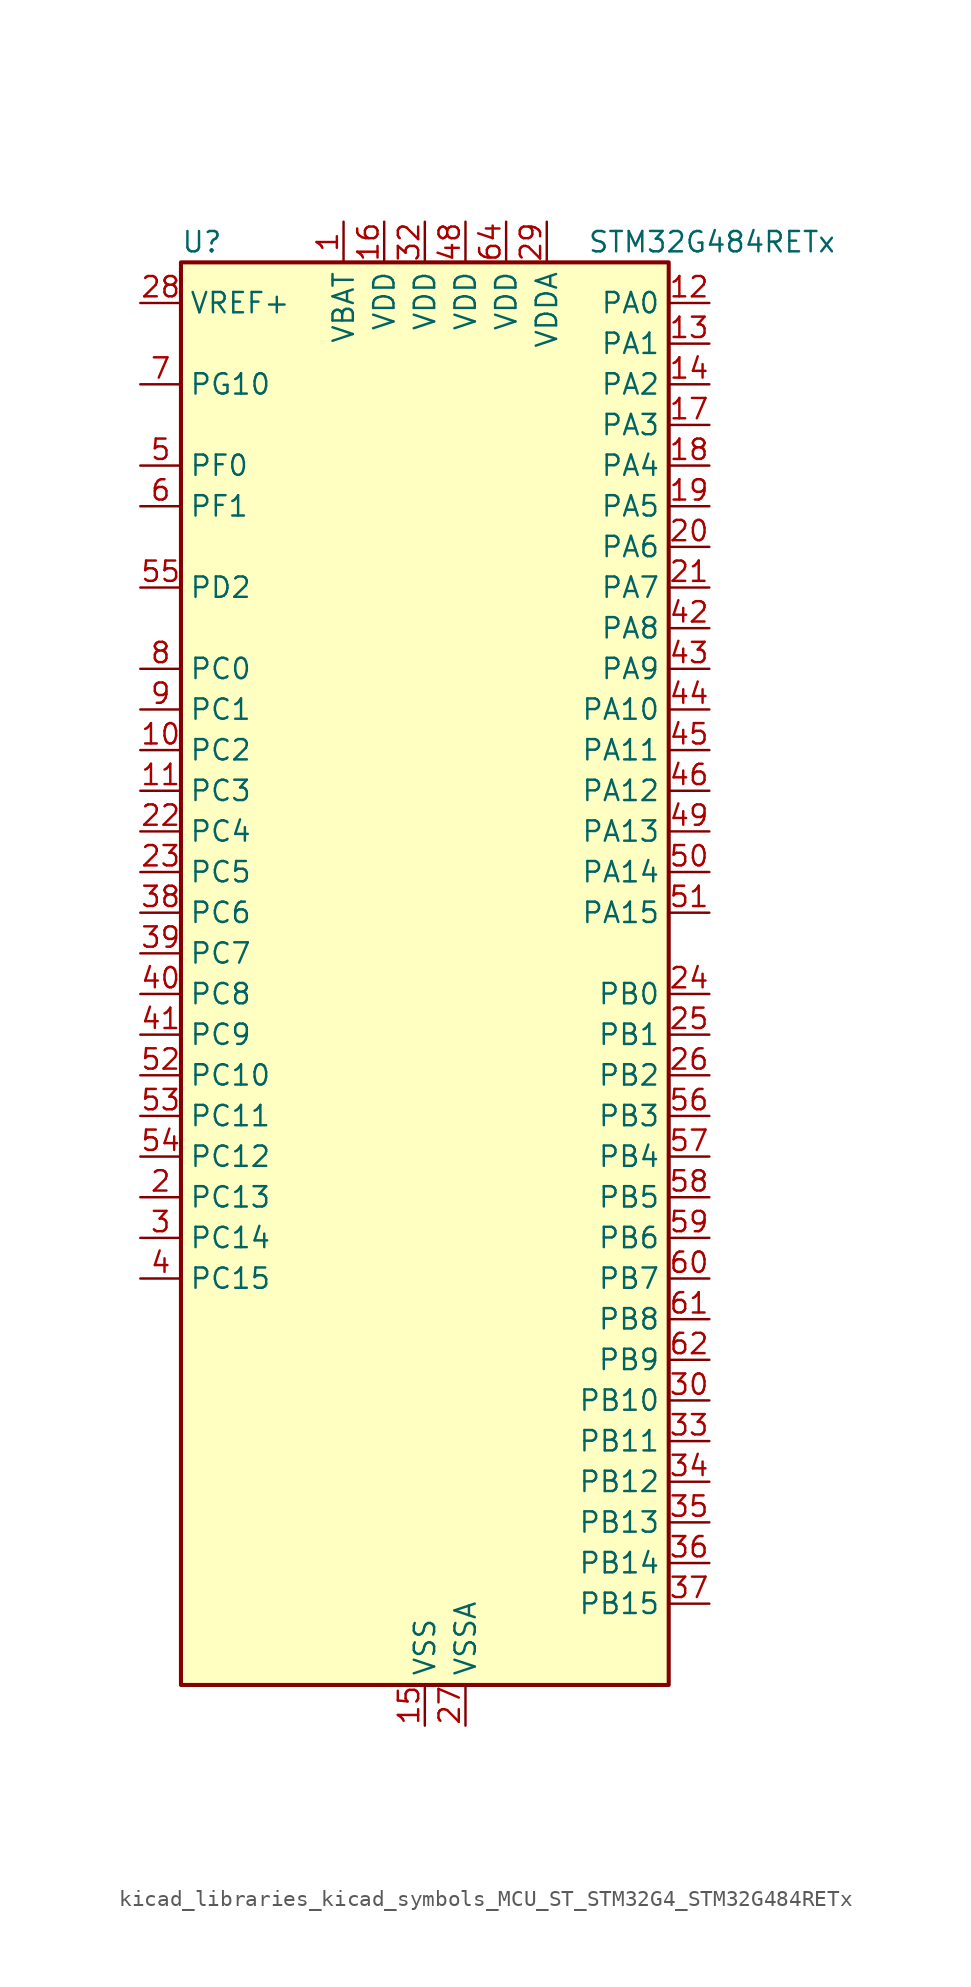
<source format=kicad_sym>
(kicad_symbol_lib
  (version 20220914)
  (generator kicad_symbol_editor)
  (symbol "kicad_libraries_kicad_symbols_MCU_ST_STM32G4_STM32G484RETx"
    (property "Reference" "U"
      (at -15.24 46.99 0)
      (effects (font (size 1.27 1.27)) (justify left)))
    (property "Value" "STM32G484RETx"
      (at 10.16 46.99 0)
      (effects (font (size 1.27 1.27)) (justify left)))
    (property "ki_locked" ""
      (at 0 0 0)
      (effects (font (size 1.27 1.27))))
    (symbol "kicad_libraries_kicad_symbols_MCU_ST_STM32G4_STM32G484RETx_0_1"
      (rectangle (start -15.24 -43.18) (end 15.24 45.72) (stroke (width 0.254) (type default)) (fill (type background))))
    (symbol "kicad_libraries_kicad_symbols_MCU_ST_STM32G4_STM32G484RETx_1_1"
      (pin power_in line (at -5.08 48.26 270) (length 2.54) (name "VBAT" (effects (font (size 1.27 1.27)))) (number "1" (effects (font (size 1.27 1.27)))))
      (pin bidirectional line (at -17.78 15.24 0) (length 2.54) (name "PC2" (effects (font (size 1.27 1.27)))) (number "10" (effects (font (size 1.27 1.27)))) (alternate "ADC1_IN8" bidirectional line) (alternate "ADC2_IN8" bidirectional line) (alternate "ADC3_EXTI2" bidirectional line) (alternate "ADC4_EXTI2" bidirectional line) (alternate "ADC5_EXTI2" bidirectional line) (alternate "COMP3_OUT" bidirectional line) (alternate "LPTIM1_IN2" bidirectional line) (alternate "QUADSPI1_BK2_IO1" bidirectional line) (alternate "TIM1_CH3" bidirectional line) (alternate "TIM20_CH2" bidirectional line))
      (pin bidirectional line (at -17.78 12.7 0) (length 2.54) (name "PC3" (effects (font (size 1.27 1.27)))) (number "11" (effects (font (size 1.27 1.27)))) (alternate "ADC1_IN9" bidirectional line) (alternate "ADC2_IN9" bidirectional line) (alternate "ADC3_EXTI3" bidirectional line) (alternate "ADC4_EXTI3" bidirectional line) (alternate "ADC5_EXTI3" bidirectional line) (alternate "LPTIM1_ETR" bidirectional line) (alternate "OPAMP5_VINP" bidirectional line) (alternate "OPAMP5_VINP_SEC" bidirectional line) (alternate "QUADSPI1_BK2_IO2" bidirectional line) (alternate "SAI1_D1" bidirectional line) (alternate "SAI1_SD_A" bidirectional line) (alternate "TIM1_BKIN2" bidirectional line) (alternate "TIM1_CH4" bidirectional line))
      (pin bidirectional line (at 17.78 43.18 180) (length 2.54) (name "PA0" (effects (font (size 1.27 1.27)))) (number "12" (effects (font (size 1.27 1.27)))) (alternate "ADC1_IN1" bidirectional line) (alternate "ADC2_IN1" bidirectional line) (alternate "COMP1_INM" bidirectional line) (alternate "COMP1_OUT" bidirectional line) (alternate "COMP3_INP" bidirectional line) (alternate "RTC_TAMP2" bidirectional line) (alternate "SYS_WKUP1" bidirectional line) (alternate "TIM2_CH1" bidirectional line) (alternate "TIM2_ETR" bidirectional line) (alternate "TIM5_CH1" bidirectional line) (alternate "TIM8_BKIN" bidirectional line) (alternate "TIM8_ETR" bidirectional line) (alternate "USART2_CTS" bidirectional line) (alternate "USART2_NSS" bidirectional line))
      (pin bidirectional line (at 17.78 40.64 180) (length 2.54) (name "PA1" (effects (font (size 1.27 1.27)))) (number "13" (effects (font (size 1.27 1.27)))) (alternate "ADC1_IN2" bidirectional line) (alternate "ADC2_IN2" bidirectional line) (alternate "COMP1_INP" bidirectional line) (alternate "OPAMP1_VINP" bidirectional line) (alternate "OPAMP1_VINP_SEC" bidirectional line) (alternate "OPAMP3_VINP" bidirectional line) (alternate "OPAMP3_VINP_SEC" bidirectional line) (alternate "OPAMP6_VINM" bidirectional line) (alternate "OPAMP6_VINM0" bidirectional line) (alternate "OPAMP6_VINM_SEC" bidirectional line) (alternate "RTC_REFIN" bidirectional line) (alternate "TIM15_CH1N" bidirectional line) (alternate "TIM2_CH2" bidirectional line) (alternate "TIM5_CH2" bidirectional line) (alternate "USART2_DE" bidirectional line) (alternate "USART2_RTS" bidirectional line))
      (pin bidirectional line (at 17.78 38.1 180) (length 2.54) (name "PA2" (effects (font (size 1.27 1.27)))) (number "14" (effects (font (size 1.27 1.27)))) (alternate "ADC1_IN3" bidirectional line) (alternate "ADC3_EXTI2" bidirectional line) (alternate "ADC4_EXTI2" bidirectional line) (alternate "ADC5_EXTI2" bidirectional line) (alternate "COMP2_INM" bidirectional line) (alternate "COMP2_OUT" bidirectional line) (alternate "LPUART1_TX" bidirectional line) (alternate "OPAMP1_VOUT" bidirectional line) (alternate "QUADSPI1_BK1_NCS" bidirectional line) (alternate "RCC_LSCO" bidirectional line) (alternate "SYS_WKUP4" bidirectional line) (alternate "TIM15_CH1" bidirectional line) (alternate "TIM2_CH3" bidirectional line) (alternate "TIM5_CH3" bidirectional line) (alternate "UCPD1_FRSTX1" bidirectional line) (alternate "UCPD1_FRSTX2" bidirectional line) (alternate "USART2_TX" bidirectional line))
      (pin power_in line (at 0 -45.72 90) (length 2.54) (name "VSS" (effects (font (size 1.27 1.27)))) (number "15" (effects (font (size 1.27 1.27)))))
      (pin power_in line (at -2.54 48.26 270) (length 2.54) (name "VDD" (effects (font (size 1.27 1.27)))) (number "16" (effects (font (size 1.27 1.27)))))
      (pin bidirectional line (at 17.78 35.56 180) (length 2.54) (name "PA3" (effects (font (size 1.27 1.27)))) (number "17" (effects (font (size 1.27 1.27)))) (alternate "ADC1_IN4" bidirectional line) (alternate "ADC3_EXTI3" bidirectional line) (alternate "ADC4_EXTI3" bidirectional line) (alternate "ADC5_EXTI3" bidirectional line) (alternate "COMP2_INP" bidirectional line) (alternate "LPUART1_RX" bidirectional line) (alternate "OPAMP1_VINM" bidirectional line) (alternate "OPAMP1_VINM0" bidirectional line) (alternate "OPAMP1_VINM_SEC" bidirectional line) (alternate "OPAMP1_VINP" bidirectional line) (alternate "OPAMP1_VINP_SEC" bidirectional line) (alternate "OPAMP5_VINM" bidirectional line) (alternate "OPAMP5_VINM1" bidirectional line) (alternate "OPAMP5_VINM_SEC" bidirectional line) (alternate "QUADSPI1_CLK" bidirectional line) (alternate "SAI1_CK1" bidirectional line) (alternate "SAI1_MCLK_A" bidirectional line) (alternate "TIM15_CH2" bidirectional line) (alternate "TIM2_CH4" bidirectional line) (alternate "TIM5_CH4" bidirectional line) (alternate "USART2_RX" bidirectional line))
      (pin bidirectional line (at 17.78 33.02 180) (length 2.54) (name "PA4" (effects (font (size 1.27 1.27)))) (number "18" (effects (font (size 1.27 1.27)))) (alternate "ADC2_IN17" bidirectional line) (alternate "COMP1_INM" bidirectional line) (alternate "DAC1_OUT1" bidirectional line) (alternate "I2S3_WS" bidirectional line) (alternate "SAI1_FS_B" bidirectional line) (alternate "SPI1_NSS" bidirectional line) (alternate "SPI3_NSS" bidirectional line) (alternate "TIM3_CH2" bidirectional line) (alternate "USART2_CK" bidirectional line))
      (pin bidirectional line (at 17.78 30.48 180) (length 2.54) (name "PA5" (effects (font (size 1.27 1.27)))) (number "19" (effects (font (size 1.27 1.27)))) (alternate "ADC2_IN13" bidirectional line) (alternate "COMP2_INM" bidirectional line) (alternate "DAC1_OUT2" bidirectional line) (alternate "OPAMP2_VINM" bidirectional line) (alternate "OPAMP2_VINM0" bidirectional line) (alternate "OPAMP2_VINM_SEC" bidirectional line) (alternate "SPI1_SCK" bidirectional line) (alternate "TIM2_CH1" bidirectional line) (alternate "TIM2_ETR" bidirectional line) (alternate "UCPD1_FRSTX1" bidirectional line) (alternate "UCPD1_FRSTX2" bidirectional line))
      (pin bidirectional line (at -17.78 -12.7 0) (length 2.54) (name "PC13" (effects (font (size 1.27 1.27)))) (number "2" (effects (font (size 1.27 1.27)))) (alternate "RTC_OUT1" bidirectional line) (alternate "RTC_TAMP1" bidirectional line) (alternate "RTC_TS" bidirectional line) (alternate "SYS_WKUP2" bidirectional line) (alternate "TIM1_BKIN" bidirectional line) (alternate "TIM1_CH1N" bidirectional line) (alternate "TIM8_CH4N" bidirectional line))
      (pin bidirectional line (at 17.78 27.94 180) (length 2.54) (name "PA6" (effects (font (size 1.27 1.27)))) (number "20" (effects (font (size 1.27 1.27)))) (alternate "ADC2_IN3" bidirectional line) (alternate "COMP1_OUT" bidirectional line) (alternate "DAC2_OUT1" bidirectional line) (alternate "LPUART1_CTS" bidirectional line) (alternate "OPAMP2_VOUT" bidirectional line) (alternate "QUADSPI1_BK1_IO3" bidirectional line) (alternate "SPI1_MISO" bidirectional line) (alternate "TIM16_CH1" bidirectional line) (alternate "TIM1_BKIN" bidirectional line) (alternate "TIM3_CH1" bidirectional line) (alternate "TIM8_BKIN" bidirectional line))
      (pin bidirectional line (at 17.78 25.4 180) (length 2.54) (name "PA7" (effects (font (size 1.27 1.27)))) (number "21" (effects (font (size 1.27 1.27)))) (alternate "ADC2_IN4" bidirectional line) (alternate "COMP2_INP" bidirectional line) (alternate "COMP2_OUT" bidirectional line) (alternate "OPAMP1_VINP" bidirectional line) (alternate "OPAMP1_VINP_SEC" bidirectional line) (alternate "OPAMP2_VINP" bidirectional line) (alternate "OPAMP2_VINP_SEC" bidirectional line) (alternate "QUADSPI1_BK1_IO2" bidirectional line) (alternate "SPI1_MOSI" bidirectional line) (alternate "TIM17_CH1" bidirectional line) (alternate "TIM1_CH1N" bidirectional line) (alternate "TIM3_CH2" bidirectional line) (alternate "TIM8_CH1N" bidirectional line) (alternate "UCPD1_FRSTX1" bidirectional line) (alternate "UCPD1_FRSTX2" bidirectional line))
      (pin bidirectional line (at -17.78 10.16 0) (length 2.54) (name "PC4" (effects (font (size 1.27 1.27)))) (number "22" (effects (font (size 1.27 1.27)))) (alternate "ADC2_IN5" bidirectional line) (alternate "I2C2_SCL" bidirectional line) (alternate "QUADSPI1_BK2_IO3" bidirectional line) (alternate "TIM1_ETR" bidirectional line) (alternate "USART1_TX" bidirectional line))
      (pin bidirectional line (at -17.78 7.62 0) (length 2.54) (name "PC5" (effects (font (size 1.27 1.27)))) (number "23" (effects (font (size 1.27 1.27)))) (alternate "ADC2_IN11" bidirectional line) (alternate "HRTIM1_EEV10" bidirectional line) (alternate "OPAMP1_VINM" bidirectional line) (alternate "OPAMP1_VINM1" bidirectional line) (alternate "OPAMP1_VINM_SEC" bidirectional line) (alternate "OPAMP2_VINM" bidirectional line) (alternate "OPAMP2_VINM1" bidirectional line) (alternate "OPAMP2_VINM_SEC" bidirectional line) (alternate "SAI1_D3" bidirectional line) (alternate "SYS_WKUP5" bidirectional line) (alternate "TIM15_BKIN" bidirectional line) (alternate "TIM1_CH4N" bidirectional line) (alternate "USART1_RX" bidirectional line))
      (pin bidirectional line (at 17.78 0 180) (length 2.54) (name "PB0" (effects (font (size 1.27 1.27)))) (number "24" (effects (font (size 1.27 1.27)))) (alternate "ADC1_IN15" bidirectional line) (alternate "ADC3_IN12" bidirectional line) (alternate "COMP4_INP" bidirectional line) (alternate "HRTIM1_FLT5" bidirectional line) (alternate "OPAMP2_VINP" bidirectional line) (alternate "OPAMP2_VINP_SEC" bidirectional line) (alternate "OPAMP3_VINP" bidirectional line) (alternate "OPAMP3_VINP_SEC" bidirectional line) (alternate "QUADSPI1_BK1_IO1" bidirectional line) (alternate "TIM1_CH2N" bidirectional line) (alternate "TIM3_CH3" bidirectional line) (alternate "TIM8_CH2N" bidirectional line) (alternate "UCPD1_FRSTX1" bidirectional line) (alternate "UCPD1_FRSTX2" bidirectional line))
      (pin bidirectional line (at 17.78 -2.54 180) (length 2.54) (name "PB1" (effects (font (size 1.27 1.27)))) (number "25" (effects (font (size 1.27 1.27)))) (alternate "ADC1_IN12" bidirectional line) (alternate "ADC3_IN1" bidirectional line) (alternate "COMP1_INP" bidirectional line) (alternate "COMP4_OUT" bidirectional line) (alternate "HRTIM1_SCOUT" bidirectional line) (alternate "LPUART1_DE" bidirectional line) (alternate "LPUART1_RTS" bidirectional line) (alternate "OPAMP3_VOUT" bidirectional line) (alternate "OPAMP6_VINM" bidirectional line) (alternate "OPAMP6_VINM1" bidirectional line) (alternate "OPAMP6_VINM_SEC" bidirectional line) (alternate "QUADSPI1_BK1_IO0" bidirectional line) (alternate "TIM1_CH3N" bidirectional line) (alternate "TIM3_CH4" bidirectional line) (alternate "TIM8_CH3N" bidirectional line))
      (pin bidirectional line (at 17.78 -5.08 180) (length 2.54) (name "PB2" (effects (font (size 1.27 1.27)))) (number "26" (effects (font (size 1.27 1.27)))) (alternate "ADC2_IN12" bidirectional line) (alternate "ADC3_EXTI2" bidirectional line) (alternate "ADC4_EXTI2" bidirectional line) (alternate "ADC5_EXTI2" bidirectional line) (alternate "COMP4_INM" bidirectional line) (alternate "HRTIM1_SCIN" bidirectional line) (alternate "I2C3_SMBA" bidirectional line) (alternate "LPTIM1_OUT" bidirectional line) (alternate "OPAMP3_VINM" bidirectional line) (alternate "OPAMP3_VINM0" bidirectional line) (alternate "OPAMP3_VINM_SEC" bidirectional line) (alternate "QUADSPI1_BK2_IO1" bidirectional line) (alternate "RTC_OUT2" bidirectional line) (alternate "TIM20_CH1" bidirectional line) (alternate "TIM5_CH1" bidirectional line))
      (pin power_in line (at 2.54 -45.72 90) (length 2.54) (name "VSSA" (effects (font (size 1.27 1.27)))) (number "27" (effects (font (size 1.27 1.27)))))
      (pin input line (at -17.78 43.18 0) (length 2.54) (name "VREF+" (effects (font (size 1.27 1.27)))) (number "28" (effects (font (size 1.27 1.27)))) (alternate "VREFBUF_OUT" bidirectional line))
      (pin power_in line (at 7.62 48.26 270) (length 2.54) (name "VDDA" (effects (font (size 1.27 1.27)))) (number "29" (effects (font (size 1.27 1.27)))))
      (pin bidirectional line (at -17.78 -15.24 0) (length 2.54) (name "PC14" (effects (font (size 1.27 1.27)))) (number "3" (effects (font (size 1.27 1.27)))) (alternate "RCC_OSC32_IN" bidirectional line))
      (pin bidirectional line (at 17.78 -25.4 180) (length 2.54) (name "PB10" (effects (font (size 1.27 1.27)))) (number "30" (effects (font (size 1.27 1.27)))) (alternate "COMP5_INM" bidirectional line) (alternate "DAC1_EXTI10" bidirectional line) (alternate "DAC2_EXTI10" bidirectional line) (alternate "DAC3_EXTI10" bidirectional line) (alternate "DAC4_EXTI10" bidirectional line) (alternate "HRTIM1_FLT3" bidirectional line) (alternate "LPUART1_RX" bidirectional line) (alternate "OPAMP3_VINM" bidirectional line) (alternate "OPAMP3_VINM1" bidirectional line) (alternate "OPAMP3_VINM_SEC" bidirectional line) (alternate "OPAMP4_VINM" bidirectional line) (alternate "OPAMP4_VINM0" bidirectional line) (alternate "OPAMP4_VINM_SEC" bidirectional line) (alternate "QUADSPI1_CLK" bidirectional line) (alternate "SAI1_SCK_A" bidirectional line) (alternate "TIM1_BKIN" bidirectional line) (alternate "TIM2_CH3" bidirectional line) (alternate "USART3_TX" bidirectional line))
      (pin passive line (at 0 -45.72 90) (length 2.54) hide (name "VSS" (effects (font (size 1.27 1.27)))) (number "31" (effects (font (size 1.27 1.27)))))
      (pin power_in line (at 0 48.26 270) (length 2.54) (name "VDD" (effects (font (size 1.27 1.27)))) (number "32" (effects (font (size 1.27 1.27)))))
      (pin bidirectional line (at 17.78 -27.94 180) (length 2.54) (name "PB11" (effects (font (size 1.27 1.27)))) (number "33" (effects (font (size 1.27 1.27)))) (alternate "ADC1_EXTI11" bidirectional line) (alternate "ADC1_IN14" bidirectional line) (alternate "ADC2_EXTI11" bidirectional line) (alternate "ADC2_IN14" bidirectional line) (alternate "COMP6_INP" bidirectional line) (alternate "HRTIM1_FLT4" bidirectional line) (alternate "LPUART1_TX" bidirectional line) (alternate "OPAMP4_VINP" bidirectional line) (alternate "OPAMP4_VINP_SEC" bidirectional line) (alternate "OPAMP6_VOUT" bidirectional line) (alternate "QUADSPI1_BK1_NCS" bidirectional line) (alternate "TIM2_CH4" bidirectional line) (alternate "USART3_RX" bidirectional line))
      (pin bidirectional line (at 17.78 -30.48 180) (length 2.54) (name "PB12" (effects (font (size 1.27 1.27)))) (number "34" (effects (font (size 1.27 1.27)))) (alternate "ADC1_IN11" bidirectional line) (alternate "ADC4_IN3" bidirectional line) (alternate "COMP7_INM" bidirectional line) (alternate "FDCAN2_RX" bidirectional line) (alternate "HRTIM1_CHC1" bidirectional line) (alternate "I2C2_SMBA" bidirectional line) (alternate "I2S2_WS" bidirectional line) (alternate "LPUART1_DE" bidirectional line) (alternate "LPUART1_RTS" bidirectional line) (alternate "OPAMP4_VOUT" bidirectional line) (alternate "OPAMP6_VINP" bidirectional line) (alternate "OPAMP6_VINP_SEC" bidirectional line) (alternate "SPI2_NSS" bidirectional line) (alternate "TIM1_BKIN" bidirectional line) (alternate "TIM5_ETR" bidirectional line) (alternate "USART3_CK" bidirectional line))
      (pin bidirectional line (at 17.78 -33.02 180) (length 2.54) (name "PB13" (effects (font (size 1.27 1.27)))) (number "35" (effects (font (size 1.27 1.27)))) (alternate "ADC3_IN5" bidirectional line) (alternate "COMP5_INP" bidirectional line) (alternate "FDCAN2_TX" bidirectional line) (alternate "HRTIM1_CHC2" bidirectional line) (alternate "I2S2_CK" bidirectional line) (alternate "LPUART1_CTS" bidirectional line) (alternate "OPAMP3_VINP" bidirectional line) (alternate "OPAMP3_VINP_SEC" bidirectional line) (alternate "OPAMP4_VINP" bidirectional line) (alternate "OPAMP4_VINP_SEC" bidirectional line) (alternate "OPAMP6_VINP" bidirectional line) (alternate "OPAMP6_VINP_SEC" bidirectional line) (alternate "SPI2_SCK" bidirectional line) (alternate "TIM1_CH1N" bidirectional line) (alternate "USART3_CTS" bidirectional line) (alternate "USART3_NSS" bidirectional line))
      (pin bidirectional line (at 17.78 -35.56 180) (length 2.54) (name "PB14" (effects (font (size 1.27 1.27)))) (number "36" (effects (font (size 1.27 1.27)))) (alternate "ADC1_IN5" bidirectional line) (alternate "ADC4_IN4" bidirectional line) (alternate "COMP4_OUT" bidirectional line) (alternate "COMP7_INP" bidirectional line) (alternate "HRTIM1_CHD1" bidirectional line) (alternate "OPAMP2_VINP" bidirectional line) (alternate "OPAMP2_VINP_SEC" bidirectional line) (alternate "OPAMP5_VINP" bidirectional line) (alternate "OPAMP5_VINP_SEC" bidirectional line) (alternate "SPI2_MISO" bidirectional line) (alternate "TIM15_CH1" bidirectional line) (alternate "TIM1_CH2N" bidirectional line) (alternate "USART3_DE" bidirectional line) (alternate "USART3_RTS" bidirectional line))
      (pin bidirectional line (at 17.78 -38.1 180) (length 2.54) (name "PB15" (effects (font (size 1.27 1.27)))) (number "37" (effects (font (size 1.27 1.27)))) (alternate "ADC1_EXTI15" bidirectional line) (alternate "ADC2_EXTI15" bidirectional line) (alternate "ADC2_IN15" bidirectional line) (alternate "ADC4_IN5" bidirectional line) (alternate "COMP3_OUT" bidirectional line) (alternate "COMP6_INM" bidirectional line) (alternate "HRTIM1_CHD2" bidirectional line) (alternate "I2S2_SD" bidirectional line) (alternate "OPAMP5_VINM" bidirectional line) (alternate "OPAMP5_VINM0" bidirectional line) (alternate "OPAMP5_VINM_SEC" bidirectional line) (alternate "RTC_REFIN" bidirectional line) (alternate "SPI2_MOSI" bidirectional line) (alternate "TIM15_CH1N" bidirectional line) (alternate "TIM15_CH2" bidirectional line) (alternate "TIM1_CH3N" bidirectional line))
      (pin bidirectional line (at -17.78 5.08 0) (length 2.54) (name "PC6" (effects (font (size 1.27 1.27)))) (number "38" (effects (font (size 1.27 1.27)))) (alternate "COMP6_OUT" bidirectional line) (alternate "HRTIM1_CHF1" bidirectional line) (alternate "HRTIM1_EEV10" bidirectional line) (alternate "I2C4_SCL" bidirectional line) (alternate "I2S2_MCK" bidirectional line) (alternate "TIM3_CH1" bidirectional line) (alternate "TIM8_CH1" bidirectional line))
      (pin bidirectional line (at -17.78 2.54 0) (length 2.54) (name "PC7" (effects (font (size 1.27 1.27)))) (number "39" (effects (font (size 1.27 1.27)))) (alternate "COMP5_OUT" bidirectional line) (alternate "HRTIM1_CHF2" bidirectional line) (alternate "HRTIM1_FLT5" bidirectional line) (alternate "I2C4_SDA" bidirectional line) (alternate "I2S3_MCK" bidirectional line) (alternate "TIM3_CH2" bidirectional line) (alternate "TIM8_CH2" bidirectional line))
      (pin bidirectional line (at -17.78 -17.78 0) (length 2.54) (name "PC15" (effects (font (size 1.27 1.27)))) (number "4" (effects (font (size 1.27 1.27)))) (alternate "ADC1_EXTI15" bidirectional line) (alternate "ADC2_EXTI15" bidirectional line) (alternate "RCC_OSC32_OUT" bidirectional line))
      (pin bidirectional line (at -17.78 0 0) (length 2.54) (name "PC8" (effects (font (size 1.27 1.27)))) (number "40" (effects (font (size 1.27 1.27)))) (alternate "COMP7_OUT" bidirectional line) (alternate "HRTIM1_CHE1" bidirectional line) (alternate "I2C3_SCL" bidirectional line) (alternate "TIM20_CH3" bidirectional line) (alternate "TIM3_CH3" bidirectional line) (alternate "TIM8_CH3" bidirectional line))
      (pin bidirectional line (at -17.78 -2.54 0) (length 2.54) (name "PC9" (effects (font (size 1.27 1.27)))) (number "41" (effects (font (size 1.27 1.27)))) (alternate "DAC1_EXTI9" bidirectional line) (alternate "DAC2_EXTI9" bidirectional line) (alternate "DAC3_EXTI9" bidirectional line) (alternate "DAC4_EXTI9" bidirectional line) (alternate "HRTIM1_CHE2" bidirectional line) (alternate "I2C3_SDA" bidirectional line) (alternate "I2S_CKIN" bidirectional line) (alternate "TIM3_CH4" bidirectional line) (alternate "TIM8_BKIN2" bidirectional line) (alternate "TIM8_CH4" bidirectional line))
      (pin bidirectional line (at 17.78 22.86 180) (length 2.54) (name "PA8" (effects (font (size 1.27 1.27)))) (number "42" (effects (font (size 1.27 1.27)))) (alternate "ADC5_IN1" bidirectional line) (alternate "COMP7_OUT" bidirectional line) (alternate "FDCAN3_RX" bidirectional line) (alternate "HRTIM1_CHA1" bidirectional line) (alternate "I2C2_SDA" bidirectional line) (alternate "I2C3_SCL" bidirectional line) (alternate "I2S2_MCK" bidirectional line) (alternate "OPAMP5_VOUT" bidirectional line) (alternate "RCC_MCO" bidirectional line) (alternate "SAI1_CK2" bidirectional line) (alternate "SAI1_SCK_A" bidirectional line) (alternate "TIM1_CH1" bidirectional line) (alternate "TIM4_ETR" bidirectional line) (alternate "USART1_CK" bidirectional line))
      (pin bidirectional line (at 17.78 20.32 180) (length 2.54) (name "PA9" (effects (font (size 1.27 1.27)))) (number "43" (effects (font (size 1.27 1.27)))) (alternate "ADC5_IN2" bidirectional line) (alternate "COMP5_OUT" bidirectional line) (alternate "DAC1_EXTI9" bidirectional line) (alternate "DAC2_EXTI9" bidirectional line) (alternate "DAC3_EXTI9" bidirectional line) (alternate "DAC4_EXTI9" bidirectional line) (alternate "HRTIM1_CHA2" bidirectional line) (alternate "I2C2_SCL" bidirectional line) (alternate "I2C3_SMBA" bidirectional line) (alternate "I2S3_MCK" bidirectional line) (alternate "SAI1_FS_A" bidirectional line) (alternate "TIM15_BKIN" bidirectional line) (alternate "TIM1_CH2" bidirectional line) (alternate "TIM2_CH3" bidirectional line) (alternate "UCPD1_DBCC1" bidirectional line) (alternate "USART1_TX" bidirectional line))
      (pin bidirectional line (at 17.78 17.78 180) (length 2.54) (name "PA10" (effects (font (size 1.27 1.27)))) (number "44" (effects (font (size 1.27 1.27)))) (alternate "COMP6_OUT" bidirectional line) (alternate "CRS_SYNC" bidirectional line) (alternate "DAC1_EXTI10" bidirectional line) (alternate "DAC2_EXTI10" bidirectional line) (alternate "DAC3_EXTI10" bidirectional line) (alternate "DAC4_EXTI10" bidirectional line) (alternate "HRTIM1_CHB1" bidirectional line) (alternate "I2C2_SMBA" bidirectional line) (alternate "SAI1_D1" bidirectional line) (alternate "SAI1_SD_A" bidirectional line) (alternate "SPI2_MISO" bidirectional line) (alternate "TIM17_BKIN" bidirectional line) (alternate "TIM1_CH3" bidirectional line) (alternate "TIM2_CH4" bidirectional line) (alternate "TIM8_BKIN" bidirectional line) (alternate "UCPD1_DBCC2" bidirectional line) (alternate "USART1_RX" bidirectional line))
      (pin bidirectional line (at 17.78 15.24 180) (length 2.54) (name "PA11" (effects (font (size 1.27 1.27)))) (number "45" (effects (font (size 1.27 1.27)))) (alternate "ADC1_EXTI11" bidirectional line) (alternate "ADC2_EXTI11" bidirectional line) (alternate "COMP1_OUT" bidirectional line) (alternate "FDCAN1_RX" bidirectional line) (alternate "HRTIM1_CHB2" bidirectional line) (alternate "I2S2_SD" bidirectional line) (alternate "SPI2_MOSI" bidirectional line) (alternate "TIM1_BKIN2" bidirectional line) (alternate "TIM1_CH1N" bidirectional line) (alternate "TIM1_CH4" bidirectional line) (alternate "TIM4_CH1" bidirectional line) (alternate "USART1_CTS" bidirectional line) (alternate "USART1_NSS" bidirectional line) (alternate "USB_DM" bidirectional line))
      (pin bidirectional line (at 17.78 12.7 180) (length 2.54) (name "PA12" (effects (font (size 1.27 1.27)))) (number "46" (effects (font (size 1.27 1.27)))) (alternate "COMP2_OUT" bidirectional line) (alternate "FDCAN1_TX" bidirectional line) (alternate "HRTIM1_FLT1" bidirectional line) (alternate "I2S_CKIN" bidirectional line) (alternate "TIM16_CH1" bidirectional line) (alternate "TIM1_CH2N" bidirectional line) (alternate "TIM1_ETR" bidirectional line) (alternate "TIM4_CH2" bidirectional line) (alternate "USART1_DE" bidirectional line) (alternate "USART1_RTS" bidirectional line) (alternate "USB_DP" bidirectional line))
      (pin passive line (at 0 -45.72 90) (length 2.54) hide (name "VSS" (effects (font (size 1.27 1.27)))) (number "47" (effects (font (size 1.27 1.27)))))
      (pin power_in line (at 2.54 48.26 270) (length 2.54) (name "VDD" (effects (font (size 1.27 1.27)))) (number "48" (effects (font (size 1.27 1.27)))))
      (pin bidirectional line (at 17.78 10.16 180) (length 2.54) (name "PA13" (effects (font (size 1.27 1.27)))) (number "49" (effects (font (size 1.27 1.27)))) (alternate "I2C1_SCL" bidirectional line) (alternate "I2C4_SCL" bidirectional line) (alternate "IR_OUT" bidirectional line) (alternate "SAI1_SD_B" bidirectional line) (alternate "SYS_JTMS-SWDIO" bidirectional line) (alternate "TIM16_CH1N" bidirectional line) (alternate "TIM4_CH3" bidirectional line) (alternate "USART3_CTS" bidirectional line) (alternate "USART3_NSS" bidirectional line))
      (pin bidirectional line (at -17.78 33.02 0) (length 2.54) (name "PF0" (effects (font (size 1.27 1.27)))) (number "5" (effects (font (size 1.27 1.27)))) (alternate "ADC1_IN10" bidirectional line) (alternate "I2C2_SDA" bidirectional line) (alternate "I2S2_WS" bidirectional line) (alternate "RCC_OSC_IN" bidirectional line) (alternate "SPI2_NSS" bidirectional line) (alternate "TIM1_CH3N" bidirectional line))
      (pin bidirectional line (at 17.78 7.62 180) (length 2.54) (name "PA14" (effects (font (size 1.27 1.27)))) (number "50" (effects (font (size 1.27 1.27)))) (alternate "I2C1_SDA" bidirectional line) (alternate "I2C4_SMBA" bidirectional line) (alternate "LPTIM1_OUT" bidirectional line) (alternate "SAI1_FS_B" bidirectional line) (alternate "SYS_JTCK-SWCLK" bidirectional line) (alternate "TIM1_BKIN" bidirectional line) (alternate "TIM8_CH2" bidirectional line) (alternate "USART2_TX" bidirectional line))
      (pin bidirectional line (at 17.78 5.08 180) (length 2.54) (name "PA15" (effects (font (size 1.27 1.27)))) (number "51" (effects (font (size 1.27 1.27)))) (alternate "ADC1_EXTI15" bidirectional line) (alternate "ADC2_EXTI15" bidirectional line) (alternate "FDCAN3_TX" bidirectional line) (alternate "HRTIM1_FLT2" bidirectional line) (alternate "I2C1_SCL" bidirectional line) (alternate "I2S3_WS" bidirectional line) (alternate "SPI1_NSS" bidirectional line) (alternate "SPI3_NSS" bidirectional line) (alternate "SYS_JTDI" bidirectional line) (alternate "TIM1_BKIN" bidirectional line) (alternate "TIM2_CH1" bidirectional line) (alternate "TIM2_ETR" bidirectional line) (alternate "TIM8_CH1" bidirectional line) (alternate "UART4_DE" bidirectional line) (alternate "UART4_RTS" bidirectional line) (alternate "USART2_RX" bidirectional line))
      (pin bidirectional line (at -17.78 -5.08 0) (length 2.54) (name "PC10" (effects (font (size 1.27 1.27)))) (number "52" (effects (font (size 1.27 1.27)))) (alternate "DAC1_EXTI10" bidirectional line) (alternate "DAC2_EXTI10" bidirectional line) (alternate "DAC3_EXTI10" bidirectional line) (alternate "DAC4_EXTI10" bidirectional line) (alternate "HRTIM1_FLT6" bidirectional line) (alternate "I2S3_CK" bidirectional line) (alternate "SPI3_SCK" bidirectional line) (alternate "TIM8_CH1N" bidirectional line) (alternate "UART4_TX" bidirectional line) (alternate "USART3_TX" bidirectional line))
      (pin bidirectional line (at -17.78 -7.62 0) (length 2.54) (name "PC11" (effects (font (size 1.27 1.27)))) (number "53" (effects (font (size 1.27 1.27)))) (alternate "ADC1_EXTI11" bidirectional line) (alternate "ADC2_EXTI11" bidirectional line) (alternate "HRTIM1_EEV2" bidirectional line) (alternate "I2C3_SDA" bidirectional line) (alternate "SPI3_MISO" bidirectional line) (alternate "TIM8_CH2N" bidirectional line) (alternate "UART4_RX" bidirectional line) (alternate "USART3_RX" bidirectional line))
      (pin bidirectional line (at -17.78 -10.16 0) (length 2.54) (name "PC12" (effects (font (size 1.27 1.27)))) (number "54" (effects (font (size 1.27 1.27)))) (alternate "HRTIM1_EEV1" bidirectional line) (alternate "I2S3_SD" bidirectional line) (alternate "SPI3_MOSI" bidirectional line) (alternate "TIM5_CH2" bidirectional line) (alternate "TIM8_CH3N" bidirectional line) (alternate "UART5_TX" bidirectional line) (alternate "UCPD1_FRSTX1" bidirectional line) (alternate "UCPD1_FRSTX2" bidirectional line) (alternate "USART3_CK" bidirectional line))
      (pin bidirectional line (at -17.78 25.4 0) (length 2.54) (name "PD2" (effects (font (size 1.27 1.27)))) (number "55" (effects (font (size 1.27 1.27)))) (alternate "ADC3_EXTI2" bidirectional line) (alternate "ADC4_EXTI2" bidirectional line) (alternate "ADC5_EXTI2" bidirectional line) (alternate "TIM3_ETR" bidirectional line) (alternate "TIM8_BKIN" bidirectional line) (alternate "UART5_RX" bidirectional line))
      (pin bidirectional line (at 17.78 -7.62 180) (length 2.54) (name "PB3" (effects (font (size 1.27 1.27)))) (number "56" (effects (font (size 1.27 1.27)))) (alternate "ADC3_EXTI3" bidirectional line) (alternate "ADC4_EXTI3" bidirectional line) (alternate "ADC5_EXTI3" bidirectional line) (alternate "CRS_SYNC" bidirectional line) (alternate "FDCAN3_RX" bidirectional line) (alternate "HRTIM1_EEV9" bidirectional line) (alternate "HRTIM1_SCOUT" bidirectional line) (alternate "I2S3_CK" bidirectional line) (alternate "SAI1_SCK_B" bidirectional line) (alternate "SPI1_SCK" bidirectional line) (alternate "SPI3_SCK" bidirectional line) (alternate "SYS_JTDO-SWO" bidirectional line) (alternate "TIM2_CH2" bidirectional line) (alternate "TIM3_ETR" bidirectional line) (alternate "TIM4_ETR" bidirectional line) (alternate "TIM8_CH1N" bidirectional line) (alternate "USART2_TX" bidirectional line))
      (pin bidirectional line (at 17.78 -10.16 180) (length 2.54) (name "PB4" (effects (font (size 1.27 1.27)))) (number "57" (effects (font (size 1.27 1.27)))) (alternate "FDCAN3_TX" bidirectional line) (alternate "HRTIM1_EEV7" bidirectional line) (alternate "SAI1_MCLK_B" bidirectional line) (alternate "SPI1_MISO" bidirectional line) (alternate "SPI3_MISO" bidirectional line) (alternate "SYS_JTRST" bidirectional line) (alternate "TIM16_CH1" bidirectional line) (alternate "TIM17_BKIN" bidirectional line) (alternate "TIM3_CH1" bidirectional line) (alternate "TIM8_CH2N" bidirectional line) (alternate "UART5_DE" bidirectional line) (alternate "UART5_RTS" bidirectional line) (alternate "UCPD1_CC2" bidirectional line) (alternate "USART2_RX" bidirectional line))
      (pin bidirectional line (at 17.78 -12.7 180) (length 2.54) (name "PB5" (effects (font (size 1.27 1.27)))) (number "58" (effects (font (size 1.27 1.27)))) (alternate "FDCAN2_RX" bidirectional line) (alternate "HRTIM1_EEV6" bidirectional line) (alternate "I2C1_SMBA" bidirectional line) (alternate "I2C3_SDA" bidirectional line) (alternate "I2S3_SD" bidirectional line) (alternate "LPTIM1_IN1" bidirectional line) (alternate "SAI1_SD_B" bidirectional line) (alternate "SPI1_MOSI" bidirectional line) (alternate "SPI3_MOSI" bidirectional line) (alternate "TIM16_BKIN" bidirectional line) (alternate "TIM17_CH1" bidirectional line) (alternate "TIM3_CH2" bidirectional line) (alternate "TIM8_CH3N" bidirectional line) (alternate "UART5_CTS" bidirectional line) (alternate "USART2_CK" bidirectional line))
      (pin bidirectional line (at 17.78 -15.24 180) (length 2.54) (name "PB6" (effects (font (size 1.27 1.27)))) (number "59" (effects (font (size 1.27 1.27)))) (alternate "COMP4_OUT" bidirectional line) (alternate "FDCAN2_TX" bidirectional line) (alternate "HRTIM1_EEV4" bidirectional line) (alternate "HRTIM1_SCIN" bidirectional line) (alternate "LPTIM1_ETR" bidirectional line) (alternate "SAI1_FS_B" bidirectional line) (alternate "TIM16_CH1N" bidirectional line) (alternate "TIM4_CH1" bidirectional line) (alternate "TIM8_BKIN2" bidirectional line) (alternate "TIM8_CH1" bidirectional line) (alternate "TIM8_ETR" bidirectional line) (alternate "UCPD1_CC1" bidirectional line) (alternate "USART1_TX" bidirectional line))
      (pin bidirectional line (at -17.78 30.48 0) (length 2.54) (name "PF1" (effects (font (size 1.27 1.27)))) (number "6" (effects (font (size 1.27 1.27)))) (alternate "ADC2_IN10" bidirectional line) (alternate "COMP3_INM" bidirectional line) (alternate "I2S2_CK" bidirectional line) (alternate "RCC_OSC_OUT" bidirectional line) (alternate "SPI2_SCK" bidirectional line))
      (pin bidirectional line (at 17.78 -17.78 180) (length 2.54) (name "PB7" (effects (font (size 1.27 1.27)))) (number "60" (effects (font (size 1.27 1.27)))) (alternate "COMP3_OUT" bidirectional line) (alternate "HRTIM1_EEV3" bidirectional line) (alternate "I2C1_SDA" bidirectional line) (alternate "I2C4_SDA" bidirectional line) (alternate "LPTIM1_IN2" bidirectional line) (alternate "SYS_PVD_IN" bidirectional line) (alternate "TIM17_CH1N" bidirectional line) (alternate "TIM3_CH4" bidirectional line) (alternate "TIM4_CH2" bidirectional line) (alternate "TIM8_BKIN" bidirectional line) (alternate "UART4_CTS" bidirectional line) (alternate "USART1_RX" bidirectional line))
      (pin bidirectional line (at 17.78 -20.32 180) (length 2.54) (name "PB8" (effects (font (size 1.27 1.27)))) (number "61" (effects (font (size 1.27 1.27)))) (alternate "COMP1_OUT" bidirectional line) (alternate "FDCAN1_RX" bidirectional line) (alternate "HRTIM1_EEV8" bidirectional line) (alternate "I2C1_SCL" bidirectional line) (alternate "SAI1_CK1" bidirectional line) (alternate "SAI1_MCLK_A" bidirectional line) (alternate "TIM16_CH1" bidirectional line) (alternate "TIM1_BKIN" bidirectional line) (alternate "TIM4_CH3" bidirectional line) (alternate "TIM8_CH2" bidirectional line) (alternate "USART3_RX" bidirectional line))
      (pin bidirectional line (at 17.78 -22.86 180) (length 2.54) (name "PB9" (effects (font (size 1.27 1.27)))) (number "62" (effects (font (size 1.27 1.27)))) (alternate "COMP2_OUT" bidirectional line) (alternate "DAC1_EXTI9" bidirectional line) (alternate "DAC2_EXTI9" bidirectional line) (alternate "DAC3_EXTI9" bidirectional line) (alternate "DAC4_EXTI9" bidirectional line) (alternate "FDCAN1_TX" bidirectional line) (alternate "HRTIM1_EEV5" bidirectional line) (alternate "I2C1_SDA" bidirectional line) (alternate "IR_OUT" bidirectional line) (alternate "SAI1_D2" bidirectional line) (alternate "SAI1_FS_A" bidirectional line) (alternate "TIM17_CH1" bidirectional line) (alternate "TIM1_CH3N" bidirectional line) (alternate "TIM4_CH4" bidirectional line) (alternate "TIM8_CH3" bidirectional line) (alternate "USART3_TX" bidirectional line))
      (pin passive line (at 0 -45.72 90) (length 2.54) hide (name "VSS" (effects (font (size 1.27 1.27)))) (number "63" (effects (font (size 1.27 1.27)))))
      (pin power_in line (at 5.08 48.26 270) (length 2.54) (name "VDD" (effects (font (size 1.27 1.27)))) (number "64" (effects (font (size 1.27 1.27)))))
      (pin bidirectional line (at -17.78 38.1 0) (length 2.54) (name "PG10" (effects (font (size 1.27 1.27)))) (number "7" (effects (font (size 1.27 1.27)))) (alternate "DAC1_EXTI10" bidirectional line) (alternate "DAC2_EXTI10" bidirectional line) (alternate "DAC3_EXTI10" bidirectional line) (alternate "DAC4_EXTI10" bidirectional line) (alternate "RCC_MCO" bidirectional line))
      (pin bidirectional line (at -17.78 20.32 0) (length 2.54) (name "PC0" (effects (font (size 1.27 1.27)))) (number "8" (effects (font (size 1.27 1.27)))) (alternate "ADC1_IN6" bidirectional line) (alternate "ADC2_IN6" bidirectional line) (alternate "COMP3_INM" bidirectional line) (alternate "LPTIM1_IN1" bidirectional line) (alternate "LPUART1_RX" bidirectional line) (alternate "TIM1_CH1" bidirectional line))
      (pin bidirectional line (at -17.78 17.78 0) (length 2.54) (name "PC1" (effects (font (size 1.27 1.27)))) (number "9" (effects (font (size 1.27 1.27)))) (alternate "ADC1_IN7" bidirectional line) (alternate "ADC2_IN7" bidirectional line) (alternate "COMP3_INP" bidirectional line) (alternate "LPTIM1_OUT" bidirectional line) (alternate "LPUART1_TX" bidirectional line) (alternate "QUADSPI1_BK2_IO0" bidirectional line) (alternate "SAI1_SD_A" bidirectional line) (alternate "TIM1_CH2" bidirectional line)))))
</source>
